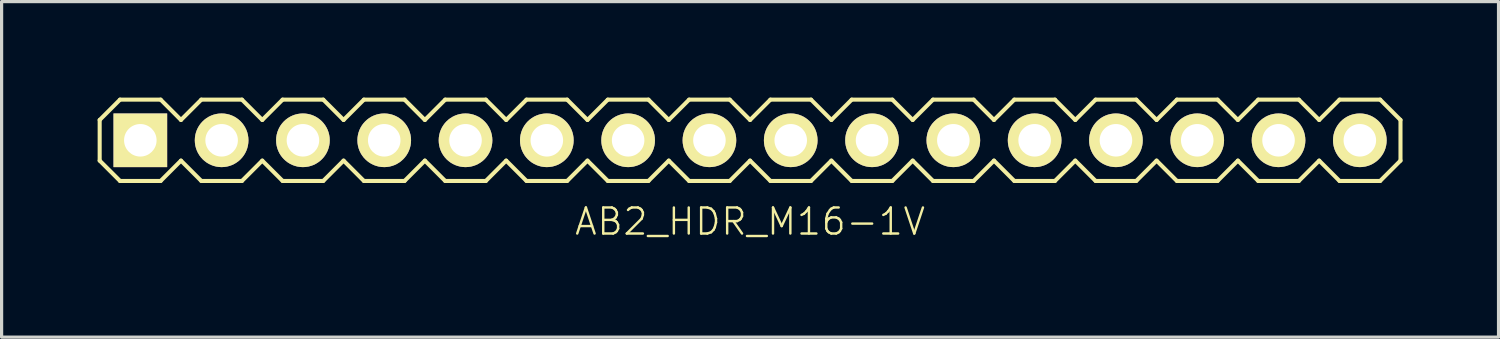
<source format=kicad_pcb>
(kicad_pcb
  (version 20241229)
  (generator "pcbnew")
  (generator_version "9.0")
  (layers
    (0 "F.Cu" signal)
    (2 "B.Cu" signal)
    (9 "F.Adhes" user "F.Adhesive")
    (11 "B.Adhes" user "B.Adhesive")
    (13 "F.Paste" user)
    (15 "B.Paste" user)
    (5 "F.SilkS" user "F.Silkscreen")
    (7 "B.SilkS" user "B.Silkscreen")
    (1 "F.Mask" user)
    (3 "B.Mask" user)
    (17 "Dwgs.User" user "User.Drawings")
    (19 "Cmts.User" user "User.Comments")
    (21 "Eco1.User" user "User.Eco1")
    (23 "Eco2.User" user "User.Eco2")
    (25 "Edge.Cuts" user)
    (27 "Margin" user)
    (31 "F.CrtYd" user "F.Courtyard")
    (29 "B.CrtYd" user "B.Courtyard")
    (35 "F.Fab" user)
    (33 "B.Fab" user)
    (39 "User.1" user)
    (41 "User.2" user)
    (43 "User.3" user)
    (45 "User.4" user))
  (footprint "AB2_HDR_M16-1V"
    (layer "F.Cu")
    (at 20.384 1.333)
    (property "Reference" "AB2_HDR_M16-1V" (at 0 2.54 0) (layer "F.SilkS") (effects (font (size 0.813 0.813) (thickness 0.076))))
    (attr through_hole)
    (fp_line (start -20.32 -0.635) (end -19.685 -1.27) (stroke (width 0.127) (type solid)) (layer "F.SilkS"))
    (fp_line (start -20.32 0.635) (end -20.32 -0.635) (stroke (width 0.127) (type solid)) (layer "F.SilkS"))
    (fp_line (start -19.685 -1.27) (end -18.415 -1.27) (stroke (width 0.127) (type solid)) (layer "F.SilkS"))
    (fp_line (start -19.685 1.27) (end -20.32 0.635) (stroke (width 0.127) (type solid)) (layer "F.SilkS"))
    (fp_line (start -18.415 -1.27) (end -17.78 -0.635) (stroke (width 0.127) (type solid)) (layer "F.SilkS"))
    (fp_line (start -18.415 1.27) (end -19.685 1.27) (stroke (width 0.127) (type solid)) (layer "F.SilkS"))
    (fp_line (start -17.78 -0.635) (end -17.145 -1.27) (stroke (width 0.127) (type solid)) (layer "F.SilkS"))
    (fp_line (start -17.78 0.635) (end -18.415 1.27) (stroke (width 0.127) (type solid)) (layer "F.SilkS"))
    (fp_line (start -17.145 -1.27) (end -15.875 -1.27) (stroke (width 0.127) (type solid)) (layer "F.SilkS"))
    (fp_line (start -17.145 1.27) (end -17.78 0.635) (stroke (width 0.127) (type solid)) (layer "F.SilkS"))
    (fp_line (start -15.875 -1.27) (end -15.24 -0.635) (stroke (width 0.127) (type solid)) (layer "F.SilkS"))
    (fp_line (start -15.875 1.27) (end -17.145 1.27) (stroke (width 0.127) (type solid)) (layer "F.SilkS"))
    (fp_line (start -15.24 -0.635) (end -14.605 -1.27) (stroke (width 0.127) (type solid)) (layer "F.SilkS"))
    (fp_line (start -15.24 0.635) (end -15.875 1.27) (stroke (width 0.127) (type solid)) (layer "F.SilkS"))
    (fp_line (start -14.605 -1.27) (end -13.335 -1.27) (stroke (width 0.127) (type solid)) (layer "F.SilkS"))
    (fp_line (start -14.605 1.27) (end -15.24 0.635) (stroke (width 0.127) (type solid)) (layer "F.SilkS"))
    (fp_line (start -13.335 -1.27) (end -12.7 -0.635) (stroke (width 0.127) (type solid)) (layer "F.SilkS"))
    (fp_line (start -13.335 1.27) (end -14.605 1.27) (stroke (width 0.127) (type solid)) (layer "F.SilkS"))
    (fp_line (start -12.7 -0.635) (end -12.065 -1.27) (stroke (width 0.127) (type solid)) (layer "F.SilkS"))
    (fp_line (start -12.7 0.635) (end -13.335 1.27) (stroke (width 0.127) (type solid)) (layer "F.SilkS"))
    (fp_line (start -12.065 -1.27) (end -10.795 -1.27) (stroke (width 0.127) (type solid)) (layer "F.SilkS"))
    (fp_line (start -12.065 1.27) (end -12.7 0.635) (stroke (width 0.127) (type solid)) (layer "F.SilkS"))
    (fp_line (start -10.795 -1.27) (end -10.16 -0.635) (stroke (width 0.127) (type solid)) (layer "F.SilkS"))
    (fp_line (start -10.795 1.27) (end -12.065 1.27) (stroke (width 0.127) (type solid)) (layer "F.SilkS"))
    (fp_line (start -10.16 -0.635) (end -9.525 -1.27) (stroke (width 0.127) (type solid)) (layer "F.SilkS"))
    (fp_line (start -10.16 0.635) (end -10.795 1.27) (stroke (width 0.127) (type solid)) (layer "F.SilkS"))
    (fp_line (start -9.525 -1.27) (end -8.255 -1.27) (stroke (width 0.127) (type solid)) (layer "F.SilkS"))
    (fp_line (start -9.525 1.27) (end -10.16 0.635) (stroke (width 0.127) (type solid)) (layer "F.SilkS"))
    (fp_line (start -8.255 -1.27) (end -7.62 -0.635) (stroke (width 0.127) (type solid)) (layer "F.SilkS"))
    (fp_line (start -8.255 1.27) (end -9.525 1.27) (stroke (width 0.127) (type solid)) (layer "F.SilkS"))
    (fp_line (start -7.62 -0.635) (end -6.985 -1.27) (stroke (width 0.127) (type solid)) (layer "F.SilkS"))
    (fp_line (start -7.62 0.635) (end -8.255 1.27) (stroke (width 0.127) (type solid)) (layer "F.SilkS"))
    (fp_line (start -6.985 -1.27) (end -5.715 -1.27) (stroke (width 0.127) (type solid)) (layer "F.SilkS"))
    (fp_line (start -6.985 1.27) (end -7.62 0.635) (stroke (width 0.127) (type solid)) (layer "F.SilkS"))
    (fp_line (start -5.715 -1.27) (end -5.08 -0.635) (stroke (width 0.127) (type solid)) (layer "F.SilkS"))
    (fp_line (start -5.715 1.27) (end -6.985 1.27) (stroke (width 0.127) (type solid)) (layer "F.SilkS"))
    (fp_line (start -5.08 -0.635) (end -4.445 -1.27) (stroke (width 0.127) (type solid)) (layer "F.SilkS"))
    (fp_line (start -5.08 0.635) (end -5.715 1.27) (stroke (width 0.127) (type solid)) (layer "F.SilkS"))
    (fp_line (start -4.445 -1.27) (end -3.175 -1.27) (stroke (width 0.127) (type solid)) (layer "F.SilkS"))
    (fp_line (start -4.445 1.27) (end -5.08 0.635) (stroke (width 0.127) (type solid)) (layer "F.SilkS"))
    (fp_line (start -3.175 -1.27) (end -2.54 -0.635) (stroke (width 0.127) (type solid)) (layer "F.SilkS"))
    (fp_line (start -3.175 1.27) (end -4.445 1.27) (stroke (width 0.127) (type solid)) (layer "F.SilkS"))
    (fp_line (start -2.54 -0.635) (end -1.905 -1.27) (stroke (width 0.127) (type solid)) (layer "F.SilkS"))
    (fp_line (start -2.54 0.635) (end -3.175 1.27) (stroke (width 0.127) (type solid)) (layer "F.SilkS"))
    (fp_line (start -1.905 -1.27) (end -0.635 -1.27) (stroke (width 0.127) (type solid)) (layer "F.SilkS"))
    (fp_line (start -1.905 1.27) (end -2.54 0.635) (stroke (width 0.127) (type solid)) (layer "F.SilkS"))
    (fp_line (start -0.635 -1.27) (end 0 -0.635) (stroke (width 0.127) (type solid)) (layer "F.SilkS"))
    (fp_line (start -0.635 1.27) (end -1.905 1.27) (stroke (width 0.127) (type solid)) (layer "F.SilkS"))
    (fp_line (start 0 -0.635) (end 0.635 -1.27) (stroke (width 0.127) (type solid)) (layer "F.SilkS"))
    (fp_line (start 0 0.635) (end -0.635 1.27) (stroke (width 0.127) (type solid)) (layer "F.SilkS"))
    (fp_line (start 0.635 -1.27) (end 1.905 -1.27) (stroke (width 0.127) (type solid)) (layer "F.SilkS"))
    (fp_line (start 0.635 1.27) (end 0 0.635) (stroke (width 0.127) (type solid)) (layer "F.SilkS"))
    (fp_line (start 1.905 -1.27) (end 2.54 -0.635) (stroke (width 0.127) (type solid)) (layer "F.SilkS"))
    (fp_line (start 1.905 1.27) (end 0.635 1.27) (stroke (width 0.127) (type solid)) (layer "F.SilkS"))
    (fp_line (start 2.54 -0.635) (end 3.175 -1.27) (stroke (width 0.127) (type solid)) (layer "F.SilkS"))
    (fp_line (start 2.54 0.635) (end 1.905 1.27) (stroke (width 0.127) (type solid)) (layer "F.SilkS"))
    (fp_line (start 3.175 -1.27) (end 4.445 -1.27) (stroke (width 0.127) (type solid)) (layer "F.SilkS"))
    (fp_line (start 3.175 1.27) (end 2.54 0.635) (stroke (width 0.127) (type solid)) (layer "F.SilkS"))
    (fp_line (start 4.445 -1.27) (end 5.08 -0.635) (stroke (width 0.127) (type solid)) (layer "F.SilkS"))
    (fp_line (start 4.445 1.27) (end 3.175 1.27) (stroke (width 0.127) (type solid)) (layer "F.SilkS"))
    (fp_line (start 5.08 -0.635) (end 5.715 -1.27) (stroke (width 0.127) (type solid)) (layer "F.SilkS"))
    (fp_line (start 5.08 0.635) (end 4.445 1.27) (stroke (width 0.127) (type solid)) (layer "F.SilkS"))
    (fp_line (start 5.715 -1.27) (end 6.985 -1.27) (stroke (width 0.127) (type solid)) (layer "F.SilkS"))
    (fp_line (start 5.715 1.27) (end 5.08 0.635) (stroke (width 0.127) (type solid)) (layer "F.SilkS"))
    (fp_line (start 6.985 -1.27) (end 7.62 -0.635) (stroke (width 0.127) (type solid)) (layer "F.SilkS"))
    (fp_line (start 6.985 1.27) (end 5.715 1.27) (stroke (width 0.127) (type solid)) (layer "F.SilkS"))
    (fp_line (start 7.62 -0.635) (end 8.255 -1.27) (stroke (width 0.127) (type solid)) (layer "F.SilkS"))
    (fp_line (start 7.62 0.635) (end 6.985 1.27) (stroke (width 0.127) (type solid)) (layer "F.SilkS"))
    (fp_line (start 8.255 -1.27) (end 9.525 -1.27) (stroke (width 0.127) (type solid)) (layer "F.SilkS"))
    (fp_line (start 8.255 1.27) (end 7.62 0.635) (stroke (width 0.127) (type solid)) (layer "F.SilkS"))
    (fp_line (start 9.525 -1.27) (end 10.16 -0.635) (stroke (width 0.127) (type solid)) (layer "F.SilkS"))
    (fp_line (start 9.525 1.27) (end 8.255 1.27) (stroke (width 0.127) (type solid)) (layer "F.SilkS"))
    (fp_line (start 10.16 -0.635) (end 10.795 -1.27) (stroke (width 0.127) (type solid)) (layer "F.SilkS"))
    (fp_line (start 10.16 0.635) (end 9.525 1.27) (stroke (width 0.127) (type solid)) (layer "F.SilkS"))
    (fp_line (start 10.795 -1.27) (end 12.065 -1.27) (stroke (width 0.127) (type solid)) (layer "F.SilkS"))
    (fp_line (start 10.795 1.27) (end 10.16 0.635) (stroke (width 0.127) (type solid)) (layer "F.SilkS"))
    (fp_line (start 12.065 -1.27) (end 12.7 -0.635) (stroke (width 0.127) (type solid)) (layer "F.SilkS"))
    (fp_line (start 12.065 1.27) (end 10.795 1.27) (stroke (width 0.127) (type solid)) (layer "F.SilkS"))
    (fp_line (start 12.7 -0.635) (end 13.335 -1.27) (stroke (width 0.127) (type solid)) (layer "F.SilkS"))
    (fp_line (start 12.7 0.635) (end 12.065 1.27) (stroke (width 0.127) (type solid)) (layer "F.SilkS"))
    (fp_line (start 13.335 -1.27) (end 14.605 -1.27) (stroke (width 0.127) (type solid)) (layer "F.SilkS"))
    (fp_line (start 13.335 1.27) (end 12.7 0.635) (stroke (width 0.127) (type solid)) (layer "F.SilkS"))
    (fp_line (start 14.605 -1.27) (end 15.24 -0.635) (stroke (width 0.127) (type solid)) (layer "F.SilkS"))
    (fp_line (start 14.605 1.27) (end 13.335 1.27) (stroke (width 0.127) (type solid)) (layer "F.SilkS"))
    (fp_line (start 15.24 -0.635) (end 15.875 -1.27) (stroke (width 0.127) (type solid)) (layer "F.SilkS"))
    (fp_line (start 15.24 0.635) (end 14.605 1.27) (stroke (width 0.127) (type solid)) (layer "F.SilkS"))
    (fp_line (start 15.875 -1.27) (end 17.145 -1.27) (stroke (width 0.127) (type solid)) (layer "F.SilkS"))
    (fp_line (start 15.875 1.27) (end 15.24 0.635) (stroke (width 0.127) (type solid)) (layer "F.SilkS"))
    (fp_line (start 17.145 -1.27) (end 17.78 -0.635) (stroke (width 0.127) (type solid)) (layer "F.SilkS"))
    (fp_line (start 17.145 1.27) (end 15.875 1.27) (stroke (width 0.127) (type solid)) (layer "F.SilkS"))
    (fp_line (start 17.78 -0.635) (end 18.415 -1.27) (stroke (width 0.127) (type solid)) (layer "F.SilkS"))
    (fp_line (start 17.78 0.635) (end 17.145 1.27) (stroke (width 0.127) (type solid)) (layer "F.SilkS"))
    (fp_line (start 18.415 -1.27) (end 19.685 -1.27) (stroke (width 0.127) (type solid)) (layer "F.SilkS"))
    (fp_line (start 18.415 1.27) (end 17.78 0.635) (stroke (width 0.127) (type solid)) (layer "F.SilkS"))
    (fp_line (start 19.685 -1.27) (end 20.32 -0.635) (stroke (width 0.127) (type solid)) (layer "F.SilkS"))
    (fp_line (start 19.685 1.27) (end 18.415 1.27) (stroke (width 0.127) (type solid)) (layer "F.SilkS"))
    (fp_line (start 20.32 -0.635) (end 20.32 0.635) (stroke (width 0.127) (type solid)) (layer "F.SilkS"))
    (fp_line (start 20.32 0.635) (end 19.685 1.27) (stroke (width 0.127) (type solid)) (layer "F.SilkS"))
    (pad "1" thru_hole rect (at -19.05 0) (size 1.676 1.676) (drill 1.016) (layers "*.Cu" "*.Mask" "F.SilkS"))
    (pad "2" thru_hole circle (at -16.51 0) (size 1.676 1.676) (drill 1.016) (layers "*.Cu" "*.Mask" "F.SilkS"))
    (pad "3" thru_hole circle (at -13.97 0) (size 1.676 1.676) (drill 1.016) (layers "*.Cu" "*.Mask" "F.SilkS"))
    (pad "4" thru_hole circle (at -11.43 0) (size 1.676 1.676) (drill 1.016) (layers "*.Cu" "*.Mask" "F.SilkS"))
    (pad "5" thru_hole circle (at -8.89 0) (size 1.676 1.676) (drill 1.016) (layers "*.Cu" "*.Mask" "F.SilkS"))
    (pad "6" thru_hole circle (at -6.35 0) (size 1.676 1.676) (drill 1.016) (layers "*.Cu" "*.Mask" "F.SilkS"))
    (pad "7" thru_hole circle (at -3.81 0) (size 1.676 1.676) (drill 1.016) (layers "*.Cu" "*.Mask" "F.SilkS"))
    (pad "8" thru_hole circle (at -1.27 0) (size 1.676 1.676) (drill 1.016) (layers "*.Cu" "*.Mask" "F.SilkS"))
    (pad "9" thru_hole circle (at 1.27 0) (size 1.676 1.676) (drill 1.016) (layers "*.Cu" "*.Mask" "F.SilkS"))
    (pad "10" thru_hole circle (at 3.81 0) (size 1.676 1.676) (drill 1.016) (layers "*.Cu" "*.Mask" "F.SilkS"))
    (pad "11" thru_hole circle (at 6.35 0) (size 1.676 1.676) (drill 1.016) (layers "*.Cu" "*.Mask" "F.SilkS"))
    (pad "12" thru_hole circle (at 8.89 0) (size 1.676 1.676) (drill 1.016) (layers "*.Cu" "*.Mask" "F.SilkS"))
    (pad "13" thru_hole circle (at 11.43 0) (size 1.676 1.676) (drill 1.016) (layers "*.Cu" "*.Mask" "F.SilkS"))
    (pad "14" thru_hole circle (at 13.97 0) (size 1.676 1.676) (drill 1.016) (layers "*.Cu" "*.Mask" "F.SilkS"))
    (pad "15" thru_hole circle (at 16.51 0) (size 1.676 1.676) (drill 1.016) (layers "*.Cu" "*.Mask" "F.SilkS"))
    (pad "16" thru_hole circle (at 19.05 0) (size 1.676 1.676) (drill 1.016) (layers "*.Cu" "*.Mask" "F.SilkS")))
  (gr_rect
    (start -3 -3)
    (end 43.767 7.483)
    (stroke (width 0.1) (type default))
    (fill no)
    (layer "Edge.Cuts")))
</source>
